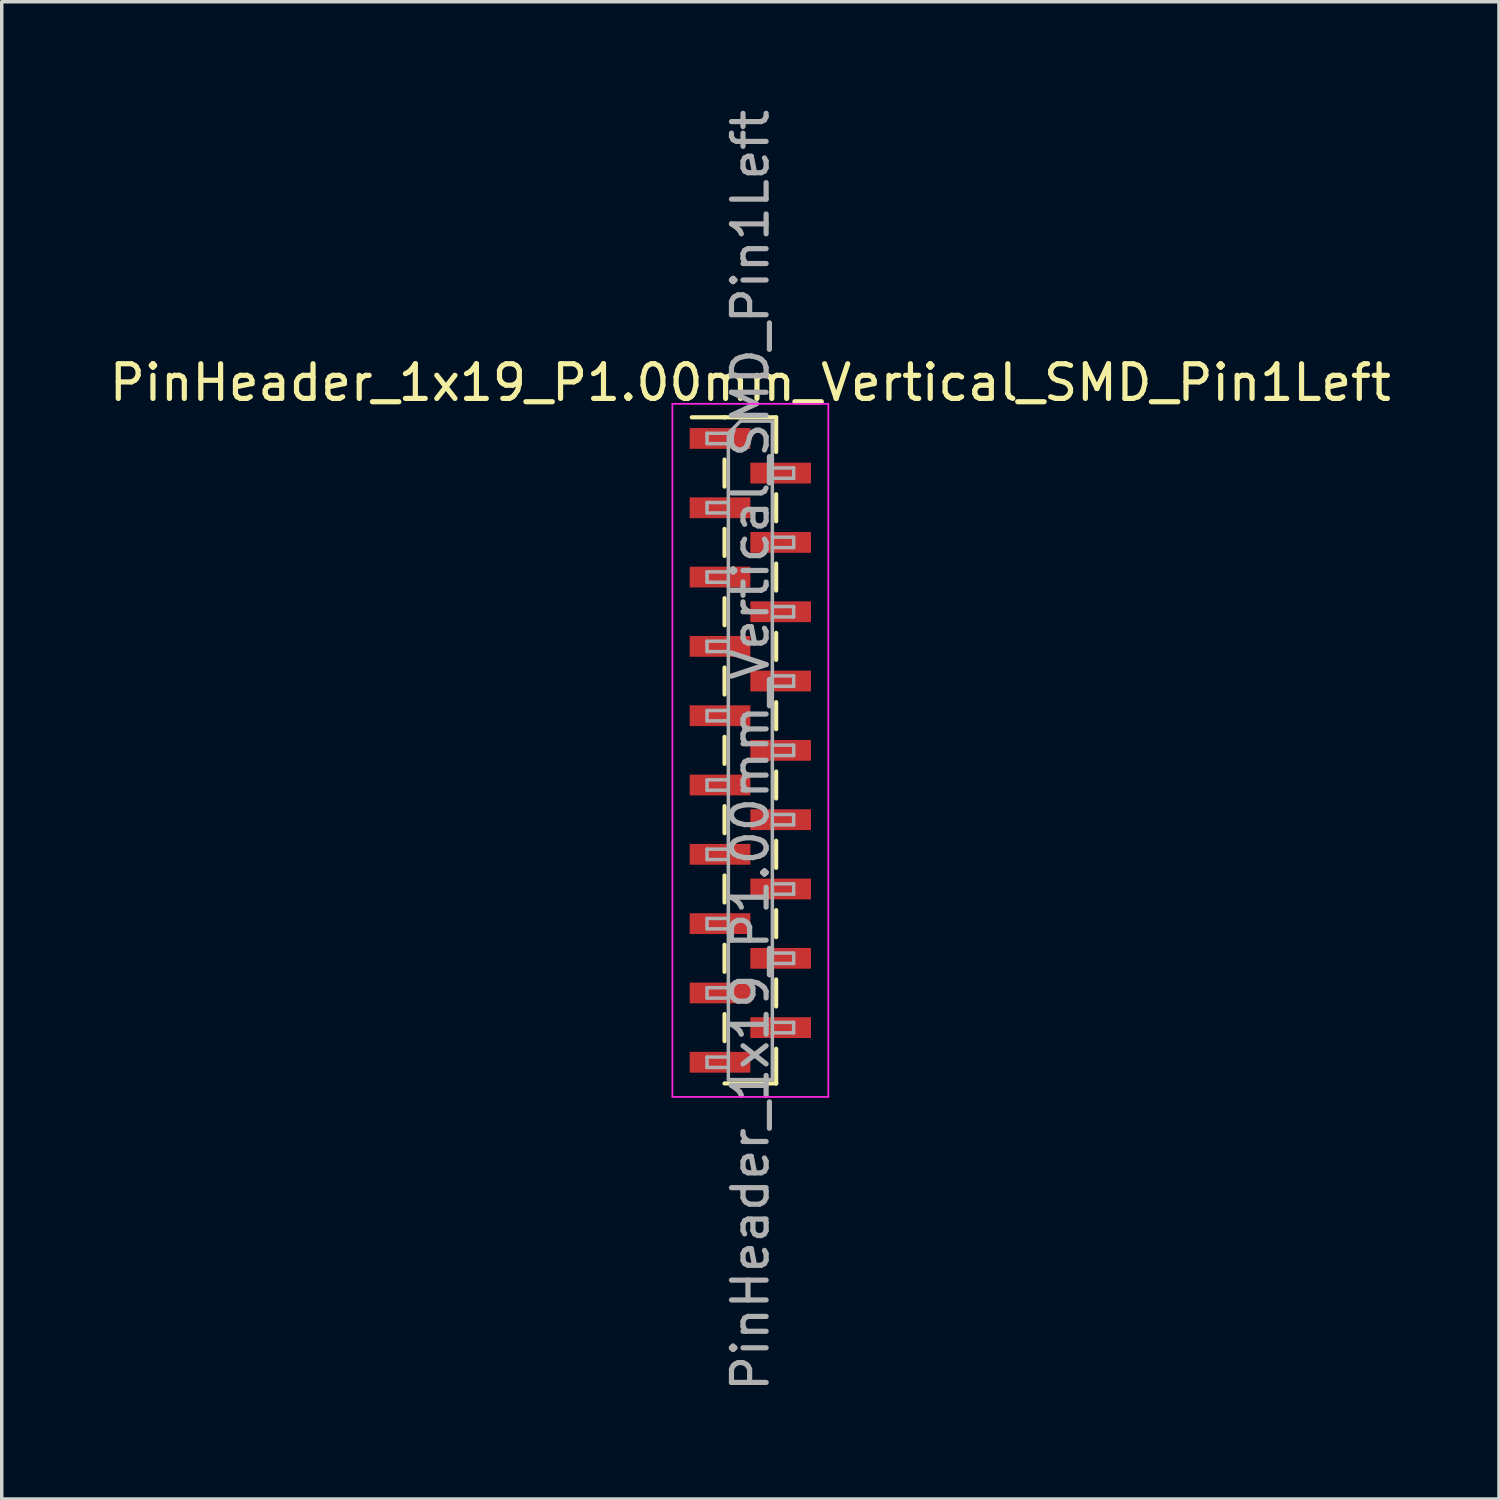
<source format=kicad_pcb>
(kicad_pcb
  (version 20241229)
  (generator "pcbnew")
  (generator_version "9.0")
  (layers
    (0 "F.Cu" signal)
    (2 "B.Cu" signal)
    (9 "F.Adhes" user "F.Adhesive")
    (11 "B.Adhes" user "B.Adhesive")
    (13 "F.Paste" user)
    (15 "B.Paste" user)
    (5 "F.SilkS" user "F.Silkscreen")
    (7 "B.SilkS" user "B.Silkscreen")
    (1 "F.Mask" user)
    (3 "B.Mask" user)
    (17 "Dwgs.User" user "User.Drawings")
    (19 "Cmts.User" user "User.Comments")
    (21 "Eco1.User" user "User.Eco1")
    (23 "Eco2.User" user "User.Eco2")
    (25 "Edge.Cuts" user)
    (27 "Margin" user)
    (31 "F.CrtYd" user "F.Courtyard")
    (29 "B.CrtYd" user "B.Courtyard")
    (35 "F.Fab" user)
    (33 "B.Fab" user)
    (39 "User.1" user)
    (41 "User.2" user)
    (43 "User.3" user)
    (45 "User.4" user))
  (footprint "PinHeader_1x19_P1.00mm_Vertical_SMD_Pin1Left"
    (layer "F.Cu")
    (at 18.601 18.601)
    (property "Reference" "PinHeader_1x19_P1.00mm_Vertical_SMD_Pin1Left" (at 0 -10.61 0) (layer "F.SilkS") (effects (font (size 1 1) (thickness 0.15))))
    (attr smd)
    (fp_line (start -0.745 -9.61) (end -1.69 -9.61) (stroke (width 0.12) (type solid)) (layer "F.SilkS"))
    (fp_line (start -0.745 -9.61) (end -0.745 -9.61) (stroke (width 0.12) (type solid)) (layer "F.SilkS"))
    (fp_line (start -0.745 -9.61) (end 0.745 -9.61) (stroke (width 0.12) (type solid)) (layer "F.SilkS"))
    (fp_line (start -0.745 -8.39) (end -0.745 -7.61) (stroke (width 0.12) (type solid)) (layer "F.SilkS"))
    (fp_line (start -0.745 -6.39) (end -0.745 -5.61) (stroke (width 0.12) (type solid)) (layer "F.SilkS"))
    (fp_line (start -0.745 -4.39) (end -0.745 -3.61) (stroke (width 0.12) (type solid)) (layer "F.SilkS"))
    (fp_line (start -0.745 -2.39) (end -0.745 -1.61) (stroke (width 0.12) (type solid)) (layer "F.SilkS"))
    (fp_line (start -0.745 -0.39) (end -0.745 0.39) (stroke (width 0.12) (type solid)) (layer "F.SilkS"))
    (fp_line (start -0.745 1.61) (end -0.745 2.39) (stroke (width 0.12) (type solid)) (layer "F.SilkS"))
    (fp_line (start -0.745 3.61) (end -0.745 4.39) (stroke (width 0.12) (type solid)) (layer "F.SilkS"))
    (fp_line (start -0.745 5.61) (end -0.745 6.39) (stroke (width 0.12) (type solid)) (layer "F.SilkS"))
    (fp_line (start -0.745 7.61) (end -0.745 8.39) (stroke (width 0.12) (type solid)) (layer "F.SilkS"))
    (fp_line (start -0.745 9.61) (end 0.745 9.61) (stroke (width 0.12) (type solid)) (layer "F.SilkS"))
    (fp_line (start 0.745 -9.61) (end 0.745 -8.61) (stroke (width 0.12) (type solid)) (layer "F.SilkS"))
    (fp_line (start 0.745 -7.39) (end 0.745 -6.61) (stroke (width 0.12) (type solid)) (layer "F.SilkS"))
    (fp_line (start 0.745 -5.39) (end 0.745 -4.61) (stroke (width 0.12) (type solid)) (layer "F.SilkS"))
    (fp_line (start 0.745 -3.39) (end 0.745 -2.61) (stroke (width 0.12) (type solid)) (layer "F.SilkS"))
    (fp_line (start 0.745 -1.39) (end 0.745 -0.61) (stroke (width 0.12) (type solid)) (layer "F.SilkS"))
    (fp_line (start 0.745 0.61) (end 0.745 1.39) (stroke (width 0.12) (type solid)) (layer "F.SilkS"))
    (fp_line (start 0.745 2.61) (end 0.745 3.39) (stroke (width 0.12) (type solid)) (layer "F.SilkS"))
    (fp_line (start 0.745 4.61) (end 0.745 5.39) (stroke (width 0.12) (type solid)) (layer "F.SilkS"))
    (fp_line (start 0.745 6.61) (end 0.745 7.39) (stroke (width 0.12) (type solid)) (layer "F.SilkS"))
    (fp_line (start 0.745 8.61) (end 0.745 9.61) (stroke (width 0.12) (type solid)) (layer "F.SilkS"))
    (fp_line (start 0.745 9.61) (end 0.745 9.61) (stroke (width 0.12) (type solid)) (layer "F.SilkS"))
    (fp_line (start -2.25 -10) (end -2.25 10) (stroke (width 0.05) (type solid)) (layer "F.CrtYd"))
    (fp_line (start -2.25 10) (end 2.25 10) (stroke (width 0.05) (type solid)) (layer "F.CrtYd"))
    (fp_line (start 2.25 -10) (end -2.25 -10) (stroke (width 0.05) (type solid)) (layer "F.CrtYd"))
    (fp_line (start 2.25 10) (end 2.25 -10) (stroke (width 0.05) (type solid)) (layer "F.CrtYd"))
    (fp_line (start -1.25 -9.15) (end -1.25 -8.85) (stroke (width 0.1) (type solid)) (layer "F.Fab"))
    (fp_line (start -1.25 -8.85) (end -0.635 -8.85) (stroke (width 0.1) (type solid)) (layer "F.Fab"))
    (fp_line (start -1.25 -7.15) (end -1.25 -6.85) (stroke (width 0.1) (type solid)) (layer "F.Fab"))
    (fp_line (start -1.25 -6.85) (end -0.635 -6.85) (stroke (width 0.1) (type solid)) (layer "F.Fab"))
    (fp_line (start -1.25 -5.15) (end -1.25 -4.85) (stroke (width 0.1) (type solid)) (layer "F.Fab"))
    (fp_line (start -1.25 -4.85) (end -0.635 -4.85) (stroke (width 0.1) (type solid)) (layer "F.Fab"))
    (fp_line (start -1.25 -3.15) (end -1.25 -2.85) (stroke (width 0.1) (type solid)) (layer "F.Fab"))
    (fp_line (start -1.25 -2.85) (end -0.635 -2.85) (stroke (width 0.1) (type solid)) (layer "F.Fab"))
    (fp_line (start -1.25 -1.15) (end -1.25 -0.85) (stroke (width 0.1) (type solid)) (layer "F.Fab"))
    (fp_line (start -1.25 -0.85) (end -0.635 -0.85) (stroke (width 0.1) (type solid)) (layer "F.Fab"))
    (fp_line (start -1.25 0.85) (end -1.25 1.15) (stroke (width 0.1) (type solid)) (layer "F.Fab"))
    (fp_line (start -1.25 1.15) (end -0.635 1.15) (stroke (width 0.1) (type solid)) (layer "F.Fab"))
    (fp_line (start -1.25 2.85) (end -1.25 3.15) (stroke (width 0.1) (type solid)) (layer "F.Fab"))
    (fp_line (start -1.25 3.15) (end -0.635 3.15) (stroke (width 0.1) (type solid)) (layer "F.Fab"))
    (fp_line (start -1.25 4.85) (end -1.25 5.15) (stroke (width 0.1) (type solid)) (layer "F.Fab"))
    (fp_line (start -1.25 5.15) (end -0.635 5.15) (stroke (width 0.1) (type solid)) (layer "F.Fab"))
    (fp_line (start -1.25 6.85) (end -1.25 7.15) (stroke (width 0.1) (type solid)) (layer "F.Fab"))
    (fp_line (start -1.25 7.15) (end -0.635 7.15) (stroke (width 0.1) (type solid)) (layer "F.Fab"))
    (fp_line (start -1.25 8.85) (end -1.25 9.15) (stroke (width 0.1) (type solid)) (layer "F.Fab"))
    (fp_line (start -1.25 9.15) (end -0.635 9.15) (stroke (width 0.1) (type solid)) (layer "F.Fab"))
    (fp_line (start -0.635 -9.15) (end -1.25 -9.15) (stroke (width 0.1) (type solid)) (layer "F.Fab"))
    (fp_line (start -0.635 -9.15) (end -0.285 -9.5) (stroke (width 0.1) (type solid)) (layer "F.Fab"))
    (fp_line (start -0.635 -7.15) (end -1.25 -7.15) (stroke (width 0.1) (type solid)) (layer "F.Fab"))
    (fp_line (start -0.635 -5.15) (end -1.25 -5.15) (stroke (width 0.1) (type solid)) (layer "F.Fab"))
    (fp_line (start -0.635 -3.15) (end -1.25 -3.15) (stroke (width 0.1) (type solid)) (layer "F.Fab"))
    (fp_line (start -0.635 -1.15) (end -1.25 -1.15) (stroke (width 0.1) (type solid)) (layer "F.Fab"))
    (fp_line (start -0.635 0.85) (end -1.25 0.85) (stroke (width 0.1) (type solid)) (layer "F.Fab"))
    (fp_line (start -0.635 2.85) (end -1.25 2.85) (stroke (width 0.1) (type solid)) (layer "F.Fab"))
    (fp_line (start -0.635 4.85) (end -1.25 4.85) (stroke (width 0.1) (type solid)) (layer "F.Fab"))
    (fp_line (start -0.635 6.85) (end -1.25 6.85) (stroke (width 0.1) (type solid)) (layer "F.Fab"))
    (fp_line (start -0.635 8.85) (end -1.25 8.85) (stroke (width 0.1) (type solid)) (layer "F.Fab"))
    (fp_line (start -0.635 9.5) (end -0.635 -9.15) (stroke (width 0.1) (type solid)) (layer "F.Fab"))
    (fp_line (start -0.285 -9.5) (end 0.635 -9.5) (stroke (width 0.1) (type solid)) (layer "F.Fab"))
    (fp_line (start 0.635 -9.5) (end 0.635 9.5) (stroke (width 0.1) (type solid)) (layer "F.Fab"))
    (fp_line (start 0.635 -8.15) (end 1.25 -8.15) (stroke (width 0.1) (type solid)) (layer "F.Fab"))
    (fp_line (start 0.635 -6.15) (end 1.25 -6.15) (stroke (width 0.1) (type solid)) (layer "F.Fab"))
    (fp_line (start 0.635 -4.15) (end 1.25 -4.15) (stroke (width 0.1) (type solid)) (layer "F.Fab"))
    (fp_line (start 0.635 -2.15) (end 1.25 -2.15) (stroke (width 0.1) (type solid)) (layer "F.Fab"))
    (fp_line (start 0.635 -0.15) (end 1.25 -0.15) (stroke (width 0.1) (type solid)) (layer "F.Fab"))
    (fp_line (start 0.635 1.85) (end 1.25 1.85) (stroke (width 0.1) (type solid)) (layer "F.Fab"))
    (fp_line (start 0.635 3.85) (end 1.25 3.85) (stroke (width 0.1) (type solid)) (layer "F.Fab"))
    (fp_line (start 0.635 5.85) (end 1.25 5.85) (stroke (width 0.1) (type solid)) (layer "F.Fab"))
    (fp_line (start 0.635 7.85) (end 1.25 7.85) (stroke (width 0.1) (type solid)) (layer "F.Fab"))
    (fp_line (start 0.635 9.5) (end -0.635 9.5) (stroke (width 0.1) (type solid)) (layer "F.Fab"))
    (fp_line (start 1.25 -8.15) (end 1.25 -7.85) (stroke (width 0.1) (type solid)) (layer "F.Fab"))
    (fp_line (start 1.25 -7.85) (end 0.635 -7.85) (stroke (width 0.1) (type solid)) (layer "F.Fab"))
    (fp_line (start 1.25 -6.15) (end 1.25 -5.85) (stroke (width 0.1) (type solid)) (layer "F.Fab"))
    (fp_line (start 1.25 -5.85) (end 0.635 -5.85) (stroke (width 0.1) (type solid)) (layer "F.Fab"))
    (fp_line (start 1.25 -4.15) (end 1.25 -3.85) (stroke (width 0.1) (type solid)) (layer "F.Fab"))
    (fp_line (start 1.25 -3.85) (end 0.635 -3.85) (stroke (width 0.1) (type solid)) (layer "F.Fab"))
    (fp_line (start 1.25 -2.15) (end 1.25 -1.85) (stroke (width 0.1) (type solid)) (layer "F.Fab"))
    (fp_line (start 1.25 -1.85) (end 0.635 -1.85) (stroke (width 0.1) (type solid)) (layer "F.Fab"))
    (fp_line (start 1.25 -0.15) (end 1.25 0.15) (stroke (width 0.1) (type solid)) (layer "F.Fab"))
    (fp_line (start 1.25 0.15) (end 0.635 0.15) (stroke (width 0.1) (type solid)) (layer "F.Fab"))
    (fp_line (start 1.25 1.85) (end 1.25 2.15) (stroke (width 0.1) (type solid)) (layer "F.Fab"))
    (fp_line (start 1.25 2.15) (end 0.635 2.15) (stroke (width 0.1) (type solid)) (layer "F.Fab"))
    (fp_line (start 1.25 3.85) (end 1.25 4.15) (stroke (width 0.1) (type solid)) (layer "F.Fab"))
    (fp_line (start 1.25 4.15) (end 0.635 4.15) (stroke (width 0.1) (type solid)) (layer "F.Fab"))
    (fp_line (start 1.25 5.85) (end 1.25 6.15) (stroke (width 0.1) (type solid)) (layer "F.Fab"))
    (fp_line (start 1.25 6.15) (end 0.635 6.15) (stroke (width 0.1) (type solid)) (layer "F.Fab"))
    (fp_line (start 1.25 7.85) (end 1.25 8.15) (stroke (width 0.1) (type solid)) (layer "F.Fab"))
    (fp_line (start 1.25 8.15) (end 0.635 8.15) (stroke (width 0.1) (type solid)) (layer "F.Fab"))
    (fp_text user "${REFERENCE}" (at 0 0 90) (layer "F.Fab") (effects (font (size 1 1) (thickness 0.15))))
    (pad "1" smd rect (at -0.875 -9) (size 1.75 0.6) (layers "F.Cu" "F.Mask" "F.Paste"))
    (pad "2" smd rect (at 0.875 -8) (size 1.75 0.6) (layers "F.Cu" "F.Mask" "F.Paste"))
    (pad "3" smd rect (at -0.875 -7) (size 1.75 0.6) (layers "F.Cu" "F.Mask" "F.Paste"))
    (pad "4" smd rect (at 0.875 -6) (size 1.75 0.6) (layers "F.Cu" "F.Mask" "F.Paste"))
    (pad "5" smd rect (at -0.875 -5) (size 1.75 0.6) (layers "F.Cu" "F.Mask" "F.Paste"))
    (pad "6" smd rect (at 0.875 -4) (size 1.75 0.6) (layers "F.Cu" "F.Mask" "F.Paste"))
    (pad "7" smd rect (at -0.875 -3) (size 1.75 0.6) (layers "F.Cu" "F.Mask" "F.Paste"))
    (pad "8" smd rect (at 0.875 -2) (size 1.75 0.6) (layers "F.Cu" "F.Mask" "F.Paste"))
    (pad "9" smd rect (at -0.875 -1) (size 1.75 0.6) (layers "F.Cu" "F.Mask" "F.Paste"))
    (pad "10" smd rect (at 0.875 0) (size 1.75 0.6) (layers "F.Cu" "F.Mask" "F.Paste"))
    (pad "11" smd rect (at -0.875 1) (size 1.75 0.6) (layers "F.Cu" "F.Mask" "F.Paste"))
    (pad "12" smd rect (at 0.875 2) (size 1.75 0.6) (layers "F.Cu" "F.Mask" "F.Paste"))
    (pad "13" smd rect (at -0.875 3) (size 1.75 0.6) (layers "F.Cu" "F.Mask" "F.Paste"))
    (pad "14" smd rect (at 0.875 4) (size 1.75 0.6) (layers "F.Cu" "F.Mask" "F.Paste"))
    (pad "15" smd rect (at -0.875 5) (size 1.75 0.6) (layers "F.Cu" "F.Mask" "F.Paste"))
    (pad "16" smd rect (at 0.875 6) (size 1.75 0.6) (layers "F.Cu" "F.Mask" "F.Paste"))
    (pad "17" smd rect (at -0.875 7) (size 1.75 0.6) (layers "F.Cu" "F.Mask" "F.Paste"))
    (pad "18" smd rect (at 0.875 8) (size 1.75 0.6) (layers "F.Cu" "F.Mask" "F.Paste"))
    (pad "19" smd rect (at -0.875 9) (size 1.75 0.6) (layers "F.Cu" "F.Mask" "F.Paste")))
  (gr_rect
    (start -3 -3)
    (end 40.202 40.202)
    (stroke (width 0.1) (type default))
    (fill no)
    (layer "Edge.Cuts")))
</source>
